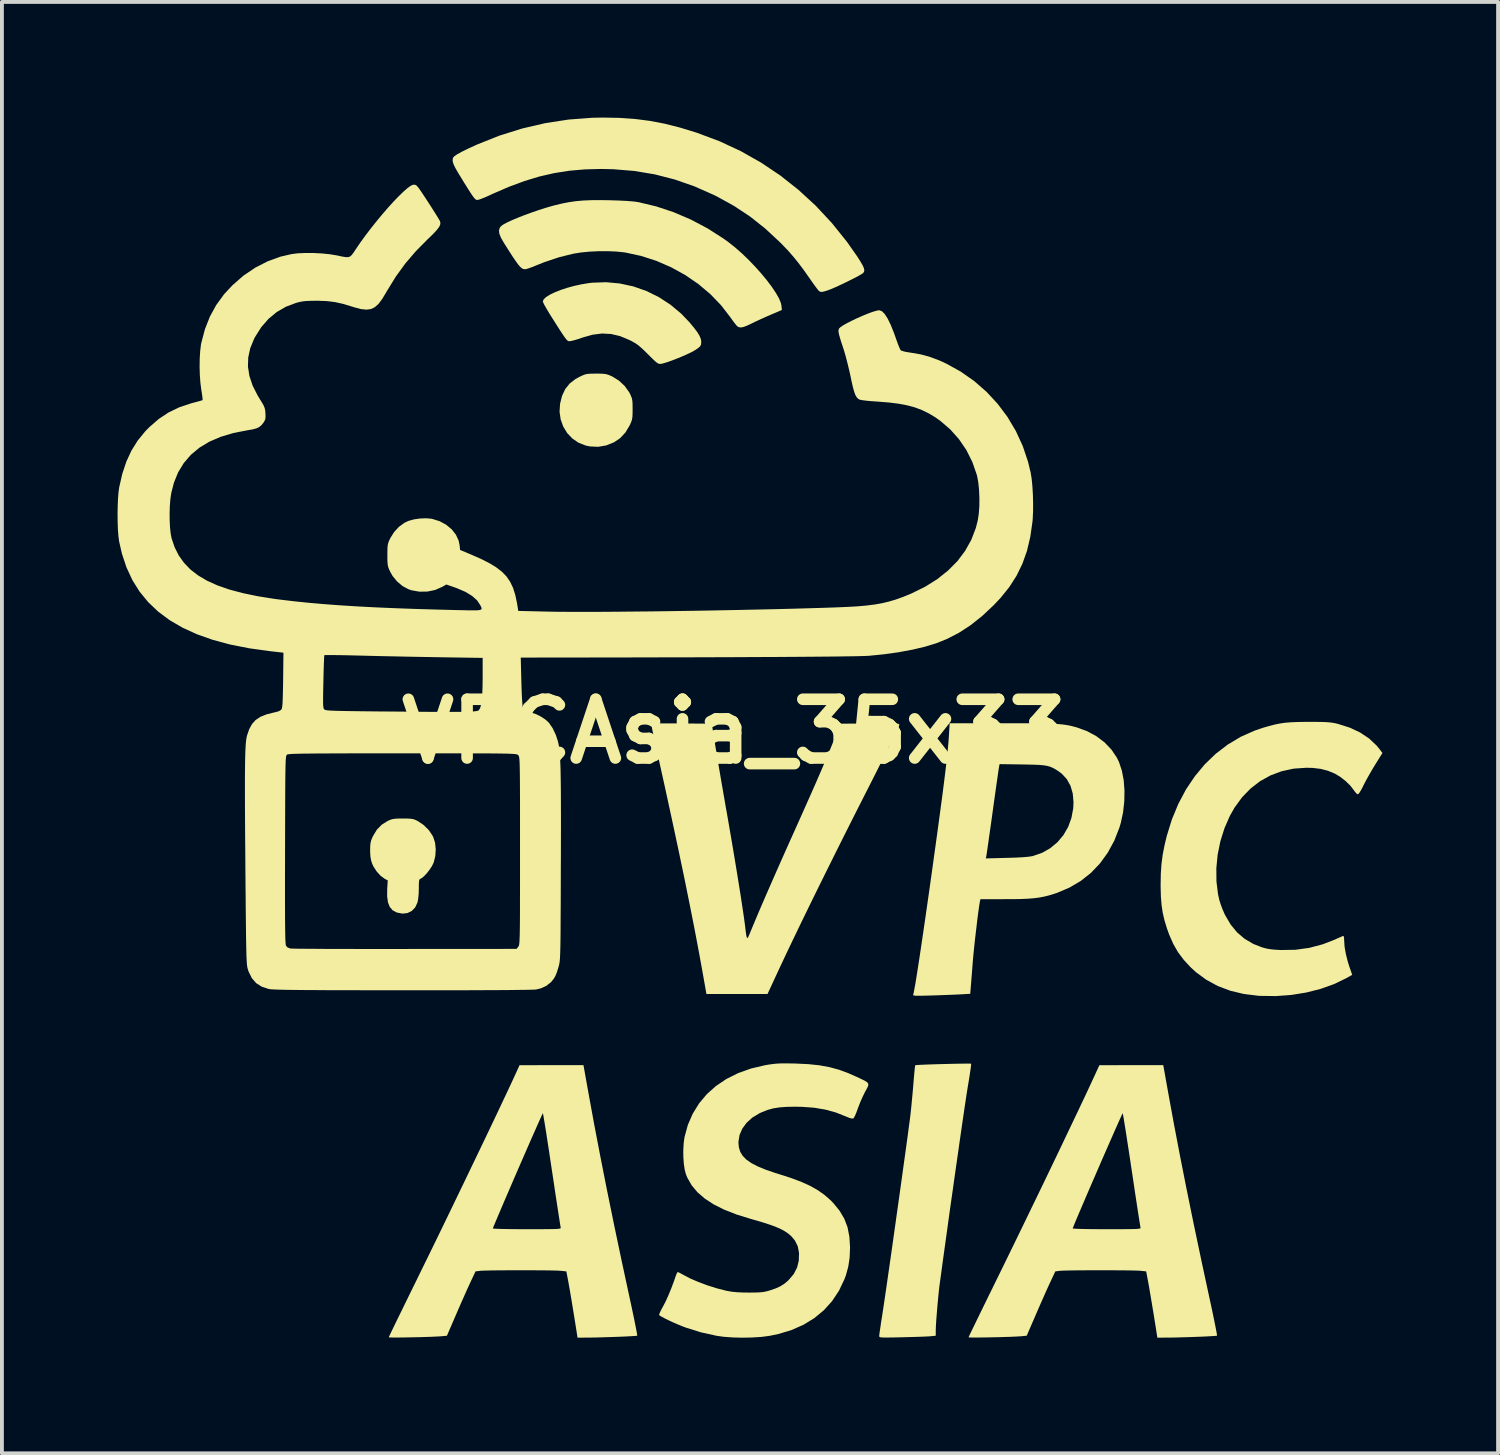
<source format=kicad_pcb>
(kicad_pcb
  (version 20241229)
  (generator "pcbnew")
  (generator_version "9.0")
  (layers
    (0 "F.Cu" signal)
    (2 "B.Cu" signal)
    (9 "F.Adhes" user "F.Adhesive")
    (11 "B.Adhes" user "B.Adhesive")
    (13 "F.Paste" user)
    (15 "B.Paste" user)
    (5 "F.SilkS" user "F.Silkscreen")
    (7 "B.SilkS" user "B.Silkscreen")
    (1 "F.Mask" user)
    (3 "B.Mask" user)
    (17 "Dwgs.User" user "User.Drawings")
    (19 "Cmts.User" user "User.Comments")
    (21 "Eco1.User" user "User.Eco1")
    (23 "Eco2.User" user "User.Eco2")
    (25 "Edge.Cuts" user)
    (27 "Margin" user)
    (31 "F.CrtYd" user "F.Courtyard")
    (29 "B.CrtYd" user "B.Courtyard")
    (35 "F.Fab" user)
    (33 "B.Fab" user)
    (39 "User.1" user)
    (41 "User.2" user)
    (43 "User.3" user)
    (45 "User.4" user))
  (footprint "VPCAsia_35x33"
    (layer "F.Cu")
    (at 15.998 15.925)
    (property "Reference" "VPCAsia_35x33" (at 0 0 0) (layer "F.SilkS") (effects (font (size 1.524 1.524) (thickness 0.3))))
    (attr board_only exclude_from_pos_files exclude_from_bom)
    (fp_poly (pts (xy -3.466 -9.282) (xy -3.381 -9.277) (xy -3.315 -9.267) (xy -3.254 -9.247) (xy -3.185 -9.217) (xy -3.163 -9.207) (xy -2.99 -9.1) (xy -2.84 -8.959) (xy -2.723 -8.794) (xy -2.704 -8.757) (xy -2.674 -8.691) (xy -2.654 -8.634) (xy -2.643 -8.57) (xy -2.638 -8.487) (xy -2.637 -8.372) (xy -2.637 -8.36) (xy -2.638 -8.242) (xy -2.642 -8.157) (xy -2.653 -8.091) (xy -2.673 -8.031) (xy -2.703 -7.961) (xy -2.712 -7.942) (xy -2.823 -7.756) (xy -2.962 -7.607) (xy -3.116 -7.503) (xy -3.321 -7.42) (xy -3.532 -7.384) (xy -3.746 -7.394) (xy -3.854 -7.417) (xy -4.04 -7.49) (xy -4.201 -7.6) (xy -4.334 -7.74) (xy -4.436 -7.907) (xy -4.503 -8.093) (xy -4.532 -8.293) (xy -4.519 -8.499) (xy -4.467 -8.707) (xy -4.385 -8.881) (xy -4.27 -9.025) (xy -4.119 -9.142) (xy -4.026 -9.193) (xy -3.945 -9.232) (xy -3.881 -9.258) (xy -3.821 -9.273) (xy -3.75 -9.28) (xy -3.654 -9.282) (xy -3.584 -9.283)) (stroke (width 0) (type solid)) (fill yes) (layer "F.SilkS"))
    (fp_poly (pts (xy -8.479 2.26) (xy -8.395 2.264) (xy -8.332 2.274) (xy -8.279 2.292) (xy -8.22 2.32) (xy -8.21 2.325) (xy -8.057 2.428) (xy -7.923 2.561) (xy -7.823 2.711) (xy -7.809 2.739) (xy -7.762 2.886) (xy -7.744 3.055) (xy -7.755 3.23) (xy -7.795 3.393) (xy -7.802 3.411) (xy -7.844 3.496) (xy -7.905 3.588) (xy -7.975 3.678) (xy -8.046 3.754) (xy -8.109 3.806) (xy -8.137 3.82) (xy -8.158 3.831) (xy -8.171 3.853) (xy -8.179 3.896) (xy -8.182 3.969) (xy -8.183 4.077) (xy -8.187 4.215) (xy -8.199 4.339) (xy -8.216 4.431) (xy -8.218 4.437) (xy -8.277 4.564) (xy -8.365 4.656) (xy -8.477 4.711) (xy -8.608 4.726) (xy -8.751 4.698) (xy -8.762 4.694) (xy -8.863 4.639) (xy -8.936 4.554) (xy -8.983 4.435) (xy -9.005 4.28) (xy -9.003 4.087) (xy -9.003 4.081) (xy -8.989 3.865) (xy -9.073 3.819) (xy -9.175 3.744) (xy -9.273 3.637) (xy -9.355 3.512) (xy -9.393 3.433) (xy -9.422 3.341) (xy -9.439 3.243) (xy -9.446 3.12) (xy -9.446 3.086) (xy -9.444 2.976) (xy -9.436 2.895) (xy -9.419 2.825) (xy -9.388 2.748) (xy -9.374 2.718) (xy -9.272 2.549) (xy -9.143 2.417) (xy -8.987 2.32) (xy -8.923 2.292) (xy -8.864 2.274) (xy -8.796 2.264) (xy -8.706 2.259) (xy -8.597 2.259)) (stroke (width 0) (type solid)) (fill yes) (layer "F.SilkS"))
    (fp_poly (pts (xy -2.968 -11.621) (xy -2.618 -11.545) (xy -2.279 -11.426) (xy -1.956 -11.267) (xy -1.652 -11.069) (xy -1.372 -10.834) (xy -1.163 -10.615) (xy -1.045 -10.473) (xy -0.958 -10.358) (xy -0.9 -10.262) (xy -0.867 -10.181) (xy -0.856 -10.11) (xy -0.857 -10.087) (xy -0.863 -10.036) (xy -0.88 -9.998) (xy -0.917 -9.961) (xy -0.982 -9.914) (xy -1.013 -9.894) (xy -1.092 -9.848) (xy -1.202 -9.795) (xy -1.332 -9.737) (xy -1.471 -9.679) (xy -1.608 -9.626) (xy -1.734 -9.581) (xy -1.836 -9.55) (xy -1.894 -9.537) (xy -1.928 -9.534) (xy -1.959 -9.539) (xy -1.993 -9.556) (xy -2.037 -9.59) (xy -2.098 -9.646) (xy -2.182 -9.728) (xy -2.239 -9.785) (xy -2.346 -9.891) (xy -2.433 -9.97) (xy -2.507 -10.031) (xy -2.582 -10.08) (xy -2.665 -10.127) (xy -2.721 -10.155) (xy -2.961 -10.255) (xy -3.196 -10.311) (xy -3.432 -10.323) (xy -3.676 -10.292) (xy -3.934 -10.219) (xy -3.947 -10.214) (xy -4.049 -10.179) (xy -4.146 -10.15) (xy -4.22 -10.132) (xy -4.238 -10.129) (xy -4.265 -10.125) (xy -4.288 -10.124) (xy -4.309 -10.129) (xy -4.333 -10.145) (xy -4.362 -10.177) (xy -4.4 -10.227) (xy -4.45 -10.301) (xy -4.517 -10.402) (xy -4.602 -10.535) (xy -4.708 -10.702) (xy -4.787 -10.827) (xy -4.856 -10.942) (xy -4.912 -11.039) (xy -4.949 -11.111) (xy -4.966 -11.152) (xy -4.966 -11.156) (xy -4.944 -11.21) (xy -4.881 -11.269) (xy -4.782 -11.331) (xy -4.654 -11.393) (xy -4.502 -11.453) (xy -4.332 -11.509) (xy -4.149 -11.559) (xy -3.96 -11.6) (xy -3.77 -11.631) (xy -3.685 -11.641) (xy -3.325 -11.654)) (stroke (width 0) (type solid)) (fill yes) (layer "F.SilkS"))
    (fp_poly (pts (xy -3.264 -13.781) (xy -3 -13.773) (xy -2.782 -13.762) (xy -2.611 -13.748) (xy -2.486 -13.731) (xy -2.483 -13.73) (xy -2.029 -13.622) (xy -1.574 -13.471) (xy -1.127 -13.28) (xy -0.696 -13.052) (xy -0.287 -12.791) (xy -0.145 -12.689) (xy 0.027 -12.552) (xy 0.203 -12.397) (xy 0.376 -12.23) (xy 0.544 -12.055) (xy 0.703 -11.877) (xy 0.848 -11.701) (xy 0.975 -11.532) (xy 1.08 -11.375) (xy 1.16 -11.235) (xy 1.209 -11.116) (xy 1.224 -11.047) (xy 1.235 -10.934) (xy 0.943 -10.809) (xy 0.81 -10.751) (xy 0.669 -10.687) (xy 0.538 -10.626) (xy 0.444 -10.58) (xy 0.324 -10.524) (xy 0.236 -10.491) (xy 0.17 -10.48) (xy 0.117 -10.489) (xy 0.089 -10.502) (xy 0.06 -10.53) (xy 0.012 -10.589) (xy -0.048 -10.669) (xy -0.1 -10.743) (xy -0.341 -11.055) (xy -0.62 -11.344) (xy -0.932 -11.607) (xy -1.272 -11.84) (xy -1.636 -12.041) (xy -2.018 -12.207) (xy -2.414 -12.335) (xy -2.819 -12.423) (xy -2.87 -12.43) (xy -3.064 -12.45) (xy -3.288 -12.459) (xy -3.527 -12.458) (xy -3.766 -12.446) (xy -3.988 -12.424) (xy -4.173 -12.394) (xy -4.551 -12.3) (xy -4.932 -12.172) (xy -5.122 -12.096) (xy -5.226 -12.053) (xy -5.319 -12.019) (xy -5.389 -11.997) (xy -5.422 -11.991) (xy -5.456 -11.993) (xy -5.489 -12.003) (xy -5.523 -12.025) (xy -5.562 -12.062) (xy -5.609 -12.118) (xy -5.667 -12.198) (xy -5.74 -12.305) (xy -5.83 -12.444) (xy -5.94 -12.618) (xy -5.976 -12.674) (xy -6.052 -12.807) (xy -6.095 -12.914) (xy -6.104 -12.999) (xy -6.081 -13.07) (xy -6.048 -13.11) (xy -5.992 -13.151) (xy -5.897 -13.202) (xy -5.771 -13.261) (xy -5.619 -13.325) (xy -5.45 -13.392) (xy -5.268 -13.458) (xy -5.083 -13.522) (xy -4.9 -13.581) (xy -4.726 -13.631) (xy -4.668 -13.647) (xy -4.473 -13.694) (xy -4.291 -13.73) (xy -4.111 -13.756) (xy -3.923 -13.773) (xy -3.717 -13.782) (xy -3.483 -13.784)) (stroke (width 0) (type solid)) (fill yes) (layer "F.SilkS"))
    (fp_poly (pts (xy -2.977 -15.917) (xy -2.576 -15.889) (xy -2.189 -15.839) (xy -1.805 -15.766) (xy -1.411 -15.666) (xy -0.994 -15.539) (xy -0.954 -15.525) (xy -0.382 -15.311) (xy 0.168 -15.055) (xy 0.693 -14.758) (xy 1.194 -14.423) (xy 1.668 -14.048) (xy 2.115 -13.637) (xy 2.533 -13.188) (xy 2.922 -12.704) (xy 3.181 -12.335) (xy 3.268 -12.2) (xy 3.328 -12.097) (xy 3.363 -12.02) (xy 3.374 -11.962) (xy 3.364 -11.919) (xy 3.34 -11.889) (xy 3.298 -11.861) (xy 3.223 -11.818) (xy 3.121 -11.764) (xy 3.002 -11.704) (xy 2.874 -11.641) (xy 2.746 -11.58) (xy 2.626 -11.525) (xy 2.523 -11.48) (xy 2.445 -11.45) (xy 2.438 -11.447) (xy 2.343 -11.417) (xy 2.281 -11.403) (xy 2.24 -11.404) (xy 2.207 -11.42) (xy 2.195 -11.429) (xy 2.169 -11.458) (xy 2.123 -11.519) (xy 2.061 -11.603) (xy 1.99 -11.704) (xy 1.955 -11.754) (xy 1.803 -11.97) (xy 1.664 -12.155) (xy 1.528 -12.322) (xy 1.387 -12.483) (xy 1.229 -12.647) (xy 1.179 -12.697) (xy 0.802 -13.047) (xy 0.411 -13.357) (xy -0.003 -13.631) (xy -0.449 -13.878) (xy -0.532 -13.919) (xy -1.037 -14.142) (xy -1.546 -14.319) (xy -2.063 -14.452) (xy -2.592 -14.54) (xy -3.138 -14.585) (xy -3.453 -14.592) (xy -3.876 -14.581) (xy -4.277 -14.546) (xy -4.666 -14.485) (xy -5.052 -14.397) (xy -5.441 -14.279) (xy -5.843 -14.13) (xy -6.266 -13.947) (xy -6.347 -13.909) (xy -6.453 -13.861) (xy -6.548 -13.823) (xy -6.621 -13.797) (xy -6.661 -13.788) (xy -6.683 -13.79) (xy -6.704 -13.798) (xy -6.728 -13.818) (xy -6.758 -13.853) (xy -6.798 -13.908) (xy -6.85 -13.987) (xy -6.919 -14.095) (xy -7.007 -14.236) (xy -7.073 -14.344) (xy -7.163 -14.491) (xy -7.229 -14.606) (xy -7.273 -14.694) (xy -7.298 -14.762) (xy -7.306 -14.816) (xy -7.301 -14.862) (xy -7.293 -14.886) (xy -7.26 -14.923) (xy -7.183 -14.975) (xy -7.063 -15.041) (xy -6.902 -15.12) (xy -6.701 -15.212) (xy -6.664 -15.229) (xy -6.088 -15.458) (xy -5.499 -15.642) (xy -4.9 -15.781) (xy -4.293 -15.874) (xy -3.68 -15.92) (xy -3.406 -15.925)) (stroke (width 0) (type solid)) (fill yes) (layer "F.SilkS"))
    (fp_poly (pts (xy 6.1 8.617) (xy 6.141 8.619) (xy 6.145 8.62) (xy 6.145 8.646) (xy 6.137 8.712) (xy 6.123 8.812) (xy 6.104 8.939) (xy 6.08 9.087) (xy 6.058 9.218) (xy 6.043 9.31) (xy 6.022 9.445) (xy 5.996 9.618) (xy 5.965 9.826) (xy 5.93 10.065) (xy 5.892 10.329) (xy 5.85 10.616) (xy 5.807 10.921) (xy 5.761 11.24) (xy 5.714 11.569) (xy 5.667 11.904) (xy 5.619 12.24) (xy 5.572 12.574) (xy 5.527 12.901) (xy 5.483 13.218) (xy 5.441 13.519) (xy 5.402 13.802) (xy 5.367 14.062) (xy 5.335 14.295) (xy 5.322 14.391) (xy 5.309 14.502) (xy 5.295 14.641) (xy 5.28 14.798) (xy 5.265 14.964) (xy 5.252 15.128) (xy 5.24 15.281) (xy 5.232 15.411) (xy 5.228 15.509) (xy 5.227 15.542) (xy 5.227 15.676) (xy 5.102 15.689) (xy 5.045 15.693) (xy 4.948 15.698) (xy 4.819 15.703) (xy 4.668 15.708) (xy 4.501 15.712) (xy 4.369 15.716) (xy 4.184 15.72) (xy 4.041 15.722) (xy 3.934 15.723) (xy 3.859 15.722) (xy 3.809 15.719) (xy 3.78 15.713) (xy 3.765 15.704) (xy 3.761 15.692) (xy 3.76 15.682) (xy 3.764 15.645) (xy 3.774 15.569) (xy 3.79 15.462) (xy 3.809 15.329) (xy 3.833 15.18) (xy 3.844 15.107) (xy 3.861 14.996) (xy 3.884 14.846) (xy 3.911 14.66) (xy 3.943 14.442) (xy 3.978 14.198) (xy 4.017 13.93) (xy 4.058 13.643) (xy 4.101 13.341) (xy 4.145 13.028) (xy 4.19 12.709) (xy 4.235 12.388) (xy 4.28 12.069) (xy 4.324 11.755) (xy 4.366 11.452) (xy 4.406 11.162) (xy 4.444 10.892) (xy 4.478 10.644) (xy 4.508 10.422) (xy 4.533 10.232) (xy 4.554 10.077) (xy 4.569 9.96) (xy 4.576 9.897) (xy 4.59 9.769) (xy 4.605 9.609) (xy 4.622 9.432) (xy 4.638 9.254) (xy 4.648 9.13) (xy 4.66 8.987) (xy 4.671 8.862) (xy 4.681 8.76) (xy 4.689 8.691) (xy 4.695 8.66) (xy 4.695 8.659) (xy 4.721 8.655) (xy 4.787 8.651) (xy 4.886 8.646) (xy 5.011 8.641) (xy 5.156 8.636) (xy 5.312 8.631) (xy 5.472 8.627) (xy 5.631 8.623) (xy 5.78 8.62) (xy 5.912 8.618) (xy 6.021 8.617)) (stroke (width 0) (type solid)) (fill yes) (layer "F.SilkS"))
    (fp_poly (pts (xy 4.026 -0.21) (xy 4.122 -0.209) (xy 4.191 -0.206) (xy 4.236 -0.201) (xy 4.263 -0.195) (xy 4.276 -0.186) (xy 4.28 -0.175) (xy 4.281 -0.166) (xy 4.27 -0.137) (xy 4.24 -0.07) (xy 4.191 0.032) (xy 4.125 0.167) (xy 4.045 0.331) (xy 3.951 0.521) (xy 3.845 0.733) (xy 3.729 0.965) (xy 3.604 1.213) (xy 3.472 1.474) (xy 3.415 1.585) (xy 3.156 2.096) (xy 2.9 2.604) (xy 2.649 3.106) (xy 2.405 3.597) (xy 2.17 4.072) (xy 1.946 4.529) (xy 1.735 4.962) (xy 1.54 5.368) (xy 1.361 5.742) (xy 1.202 6.08) (xy 1.145 6.202) (xy 0.863 6.811) (xy 0.071 6.811) (xy -0.722 6.811) (xy -0.813 6.297) (xy -0.914 5.739) (xy -1.028 5.137) (xy -1.156 4.489) (xy -1.296 3.797) (xy -1.45 3.061) (xy -1.617 2.281) (xy -1.796 1.458) (xy -1.929 0.856) (xy -1.976 0.645) (xy -2.02 0.447) (xy -2.059 0.268) (xy -2.093 0.112) (xy -2.12 -0.016) (xy -2.139 -0.11) (xy -2.15 -0.166) (xy -2.152 -0.179) (xy -2.147 -0.188) (xy -2.128 -0.196) (xy -2.09 -0.202) (xy -2.03 -0.206) (xy -1.943 -0.208) (xy -1.824 -0.209) (xy -1.669 -0.209) (xy -1.473 -0.208) (xy -1.368 -0.207) (xy -0.583 -0.201) (xy -0.506 0.284) (xy -0.487 0.4) (xy -0.461 0.556) (xy -0.429 0.747) (xy -0.392 0.965) (xy -0.351 1.205) (xy -0.307 1.46) (xy -0.261 1.724) (xy -0.215 1.991) (xy -0.19 2.128) (xy -0.121 2.525) (xy -0.055 2.911) (xy 0.007 3.281) (xy 0.065 3.632) (xy 0.118 3.96) (xy 0.166 4.26) (xy 0.207 4.529) (xy 0.242 4.762) (xy 0.269 4.956) (xy 0.284 5.073) (xy 0.3 5.208) (xy 0.314 5.3) (xy 0.327 5.349) (xy 0.342 5.36) (xy 0.362 5.334) (xy 0.389 5.274) (xy 0.418 5.203) (xy 0.547 4.893) (xy 0.694 4.547) (xy 0.86 4.164) (xy 1.045 3.742) (xy 1.249 3.28) (xy 1.474 2.776) (xy 1.484 2.755) (xy 1.638 2.411) (xy 1.775 2.105) (xy 1.896 1.833) (xy 2.004 1.591) (xy 2.1 1.373) (xy 2.186 1.175) (xy 2.265 0.993) (xy 2.338 0.821) (xy 2.408 0.656) (xy 2.476 0.493) (xy 2.544 0.327) (xy 2.566 0.272) (xy 2.76 -0.201) (xy 3.52 -0.207) (xy 3.73 -0.209) (xy 3.897 -0.21)) (stroke (width 0) (type solid)) (fill yes) (layer "F.SilkS"))
    (fp_poly (pts (xy 15.092 -0.248) (xy 15.235 -0.246) (xy 15.346 -0.242) (xy 15.435 -0.236) (xy 15.51 -0.227) (xy 15.58 -0.215) (xy 15.651 -0.198) (xy 15.663 -0.195) (xy 15.969 -0.098) (xy 16.237 0.028) (xy 16.469 0.183) (xy 16.665 0.367) (xy 16.752 0.475) (xy 16.815 0.559) (xy 16.624 0.865) (xy 16.545 0.996) (xy 16.464 1.137) (xy 16.389 1.272) (xy 16.33 1.385) (xy 16.323 1.401) (xy 16.269 1.506) (xy 16.223 1.583) (xy 16.189 1.625) (xy 16.177 1.631) (xy 16.145 1.613) (xy 16.102 1.565) (xy 16.075 1.527) (xy 15.981 1.405) (xy 15.856 1.284) (xy 15.716 1.175) (xy 15.578 1.093) (xy 15.397 1.019) (xy 15.211 0.971) (xy 15.007 0.946) (xy 14.84 0.942) (xy 14.512 0.965) (xy 14.201 1.032) (xy 13.91 1.141) (xy 13.64 1.291) (xy 13.394 1.481) (xy 13.173 1.709) (xy 12.979 1.975) (xy 12.857 2.19) (xy 12.717 2.51) (xy 12.611 2.848) (xy 12.54 3.196) (xy 12.506 3.547) (xy 12.509 3.892) (xy 12.55 4.223) (xy 12.581 4.364) (xy 12.615 4.474) (xy 12.662 4.603) (xy 12.716 4.728) (xy 12.734 4.765) (xy 12.877 5.009) (xy 13.045 5.214) (xy 13.242 5.381) (xy 13.467 5.513) (xy 13.681 5.597) (xy 13.781 5.626) (xy 13.88 5.646) (xy 13.992 5.659) (xy 14.133 5.668) (xy 14.182 5.67) (xy 14.558 5.664) (xy 14.918 5.614) (xy 15.268 5.521) (xy 15.54 5.416) (xy 15.636 5.374) (xy 15.718 5.338) (xy 15.774 5.313) (xy 15.792 5.305) (xy 15.81 5.312) (xy 15.819 5.354) (xy 15.822 5.423) (xy 15.833 5.587) (xy 15.867 5.778) (xy 15.918 5.98) (xy 15.96 6.112) (xy 16.031 6.314) (xy 15.875 6.402) (xy 15.558 6.555) (xy 15.21 6.679) (xy 14.838 6.773) (xy 14.45 6.836) (xy 14.051 6.865) (xy 13.651 6.86) (xy 13.595 6.857) (xy 13.216 6.81) (xy 12.866 6.726) (xy 12.543 6.604) (xy 12.247 6.443) (xy 11.976 6.244) (xy 11.835 6.114) (xy 11.658 5.922) (xy 11.511 5.725) (xy 11.388 5.51) (xy 11.281 5.267) (xy 11.222 5.101) (xy 11.161 4.901) (xy 11.116 4.708) (xy 11.086 4.508) (xy 11.068 4.29) (xy 11.061 4.041) (xy 11.061 3.961) (xy 11.066 3.685) (xy 11.083 3.437) (xy 11.114 3.2) (xy 11.161 2.957) (xy 11.221 2.708) (xy 11.354 2.279) (xy 11.521 1.877) (xy 11.719 1.504) (xy 11.949 1.162) (xy 12.207 0.852) (xy 12.492 0.578) (xy 12.804 0.339) (xy 13.139 0.139) (xy 13.497 -0.02) (xy 13.705 -0.092) (xy 13.871 -0.14) (xy 14.018 -0.178) (xy 14.155 -0.206) (xy 14.293 -0.226) (xy 14.442 -0.238) (xy 14.614 -0.245) (xy 14.818 -0.248) (xy 14.911 -0.248)) (stroke (width 0) (type solid)) (fill yes) (layer "F.SilkS"))
    (fp_poly (pts (xy 7.277 -0.213) (xy 7.546 -0.212) (xy 7.777 -0.211) (xy 7.973 -0.208) (xy 8.139 -0.204) (xy 8.279 -0.199) (xy 8.398 -0.192) (xy 8.499 -0.183) (xy 8.588 -0.172) (xy 8.669 -0.158) (xy 8.745 -0.142) (xy 8.822 -0.122) (xy 8.892 -0.102) (xy 9.155 -0.006) (xy 9.395 0.124) (xy 9.606 0.284) (xy 9.784 0.47) (xy 9.925 0.679) (xy 9.982 0.797) (xy 10.055 1.016) (xy 10.103 1.265) (xy 10.123 1.534) (xy 10.118 1.814) (xy 10.087 2.096) (xy 10.029 2.368) (xy 9.992 2.493) (xy 9.858 2.835) (xy 9.689 3.145) (xy 9.487 3.424) (xy 9.253 3.669) (xy 8.988 3.879) (xy 8.694 4.052) (xy 8.371 4.189) (xy 8.307 4.21) (xy 8.173 4.251) (xy 8.046 4.283) (xy 7.916 4.308) (xy 7.778 4.326) (xy 7.622 4.339) (xy 7.44 4.347) (xy 7.226 4.351) (xy 7.019 4.351) (xy 6.386 4.352) (xy 6.374 4.405) (xy 6.362 4.472) (xy 6.346 4.578) (xy 6.327 4.716) (xy 6.306 4.879) (xy 6.285 5.058) (xy 6.263 5.245) (xy 6.241 5.434) (xy 6.222 5.616) (xy 6.205 5.784) (xy 6.191 5.931) (xy 6.186 5.995) (xy 6.174 6.153) (xy 6.162 6.307) (xy 6.151 6.446) (xy 6.142 6.56) (xy 6.135 6.637) (xy 6.122 6.806) (xy 5.881 6.82) (xy 5.781 6.825) (xy 5.646 6.831) (xy 5.488 6.837) (xy 5.318 6.843) (xy 5.148 6.849) (xy 5.134 6.849) (xy 4.966 6.854) (xy 4.84 6.857) (xy 4.75 6.857) (xy 4.69 6.855) (xy 4.656 6.849) (xy 4.642 6.841) (xy 4.642 6.829) (xy 4.642 6.829) (xy 4.654 6.781) (xy 4.672 6.689) (xy 4.697 6.552) (xy 4.726 6.375) (xy 4.76 6.157) (xy 4.8 5.901) (xy 4.844 5.609) (xy 4.892 5.282) (xy 4.945 4.922) (xy 5.001 4.532) (xy 5.061 4.112) (xy 5.124 3.664) (xy 5.156 3.436) (xy 5.175 3.294) (xy 6.525 3.294) (xy 7.064 3.28) (xy 7.293 3.273) (xy 7.476 3.264) (xy 7.618 3.252) (xy 7.721 3.237) (xy 7.751 3.23) (xy 7.988 3.148) (xy 8.2 3.027) (xy 8.385 2.873) (xy 8.54 2.688) (xy 8.662 2.477) (xy 8.747 2.244) (xy 8.794 1.992) (xy 8.801 1.833) (xy 8.781 1.609) (xy 8.723 1.411) (xy 8.628 1.239) (xy 8.498 1.097) (xy 8.416 1.036) (xy 8.339 0.986) (xy 8.269 0.947) (xy 8.2 0.917) (xy 8.124 0.895) (xy 8.035 0.88) (xy 7.924 0.869) (xy 7.785 0.863) (xy 7.611 0.859) (xy 7.468 0.856) (xy 6.884 0.848) (xy 6.871 0.903) (xy 6.866 0.937) (xy 6.854 1.013) (xy 6.838 1.126) (xy 6.817 1.272) (xy 6.792 1.444) (xy 6.765 1.64) (xy 6.735 1.853) (xy 6.705 2.069) (xy 6.674 2.295) (xy 6.644 2.508) (xy 6.616 2.702) (xy 6.592 2.874) (xy 6.571 3.019) (xy 6.555 3.131) (xy 6.543 3.205) (xy 6.538 3.237) (xy 6.525 3.294) (xy 5.175 3.294) (xy 5.218 2.988) (xy 5.274 2.583) (xy 5.323 2.22) (xy 5.367 1.893) (xy 5.406 1.602) (xy 5.439 1.341) (xy 5.468 1.109) (xy 5.493 0.902) (xy 5.514 0.717) (xy 5.532 0.55) (xy 5.546 0.4) (xy 5.558 0.262) (xy 5.567 0.134) (xy 5.572 0.053) (xy 5.588 -0.213) (xy 6.965 -0.213)) (stroke (width 0) (type solid)) (fill yes) (layer "F.SilkS"))
    (fp_poly (pts (xy -3.786 9.359) (xy -3.64 10.158) (xy -3.481 10.991) (xy -3.309 11.862) (xy -3.123 12.773) (xy -2.923 13.724) (xy -2.732 14.612) (xy -2.685 14.828) (xy -2.642 15.029) (xy -2.604 15.211) (xy -2.572 15.37) (xy -2.546 15.5) (xy -2.528 15.597) (xy -2.518 15.657) (xy -2.517 15.674) (xy -2.544 15.679) (xy -2.611 15.684) (xy -2.711 15.69) (xy -2.838 15.697) (xy -2.985 15.703) (xy -3.144 15.709) (xy -3.309 15.714) (xy -3.474 15.719) (xy -3.63 15.723) (xy -3.771 15.725) (xy -3.824 15.725) (xy -4.066 15.727) (xy -4.077 15.65) (xy -4.105 15.477) (xy -4.135 15.287) (xy -4.167 15.089) (xy -4.199 14.892) (xy -4.23 14.704) (xy -4.259 14.535) (xy -4.284 14.392) (xy -4.303 14.284) (xy -4.307 14.262) (xy -4.356 14.007) (xy -4.499 13.992) (xy -4.56 13.988) (xy -4.661 13.985) (xy -4.796 13.982) (xy -4.957 13.98) (xy -5.139 13.979) (xy -5.333 13.978) (xy -5.535 13.978) (xy -5.737 13.978) (xy -5.933 13.979) (xy -6.115 13.98) (xy -6.278 13.982) (xy -6.415 13.985) (xy -6.519 13.988) (xy -6.583 13.991) (xy -6.59 13.992) (xy -6.712 14.007) (xy -6.841 14.282) (xy -6.888 14.383) (xy -6.949 14.518) (xy -7.019 14.676) (xy -7.095 14.847) (xy -7.171 15.021) (xy -7.212 15.116) (xy -7.454 15.676) (xy -7.588 15.689) (xy -7.659 15.694) (xy -7.761 15.699) (xy -7.888 15.705) (xy -8.032 15.709) (xy -8.187 15.714) (xy -8.345 15.717) (xy -8.499 15.72) (xy -8.641 15.722) (xy -8.766 15.723) (xy -8.866 15.723) (xy -8.934 15.721) (xy -8.963 15.718) (xy -8.963 15.718) (xy -8.953 15.694) (xy -8.924 15.632) (xy -8.877 15.535) (xy -8.815 15.406) (xy -8.739 15.249) (xy -8.65 15.068) (xy -8.551 14.866) (xy -8.444 14.646) (xy -8.33 14.414) (xy -8.298 14.349) (xy -8.123 13.991) (xy -7.94 13.618) (xy -7.752 13.233) (xy -7.587 12.893) (xy -6.263 12.893) (xy -6.242 12.897) (xy -6.179 12.901) (xy -6.079 12.905) (xy -5.947 12.908) (xy -5.787 12.911) (xy -5.606 12.912) (xy -5.409 12.913) (xy -5.381 12.913) (xy -5.152 12.913) (xy -4.966 12.912) (xy -4.819 12.911) (xy -4.706 12.909) (xy -4.623 12.907) (xy -4.565 12.903) (xy -4.528 12.897) (xy -4.509 12.891) (xy -4.502 12.882) (xy -4.502 12.871) (xy -4.508 12.841) (xy -4.52 12.768) (xy -4.537 12.657) (xy -4.56 12.511) (xy -4.587 12.335) (xy -4.618 12.133) (xy -4.652 11.909) (xy -4.688 11.666) (xy -4.727 11.41) (xy -4.732 11.376) (xy -4.771 11.119) (xy -4.807 10.876) (xy -4.842 10.651) (xy -4.873 10.448) (xy -4.901 10.272) (xy -4.925 10.125) (xy -4.944 10.012) (xy -4.957 9.937) (xy -4.964 9.905) (xy -4.964 9.904) (xy -4.975 9.923) (xy -5.003 9.982) (xy -5.045 10.075) (xy -5.101 10.199) (xy -5.167 10.35) (xy -5.244 10.523) (xy -5.328 10.714) (xy -5.417 10.919) (xy -5.511 11.134) (xy -5.607 11.354) (xy -5.703 11.576) (xy -5.797 11.794) (xy -5.888 12.005) (xy -5.974 12.205) (xy -6.052 12.389) (xy -6.122 12.553) (xy -6.181 12.693) (xy -6.228 12.805) (xy -6.26 12.883) (xy -6.263 12.893) (xy -7.587 12.893) (xy -7.561 12.84) (xy -7.369 12.443) (xy -7.177 12.045) (xy -6.987 11.651) (xy -6.801 11.264) (xy -6.621 10.889) (xy -6.448 10.528) (xy -6.285 10.186) (xy -6.133 9.867) (xy -5.995 9.573) (xy -5.871 9.311) (xy -5.764 9.082) (xy -5.676 8.89) (xy -5.658 8.852) (xy -5.57 8.658) (xy -3.912 8.656)) (stroke (width 0) (type solid)) (fill yes) (layer "F.SilkS"))
    (fp_poly (pts (xy 11.255 9.359) (xy 11.401 10.158) (xy 11.56 10.991) (xy 11.732 11.862) (xy 11.918 12.773) (xy 12.118 13.724) (xy 12.309 14.612) (xy 12.356 14.828) (xy 12.399 15.029) (xy 12.437 15.211) (xy 12.469 15.37) (xy 12.495 15.5) (xy 12.513 15.597) (xy 12.523 15.657) (xy 12.524 15.674) (xy 12.498 15.679) (xy 12.431 15.684) (xy 12.33 15.69) (xy 12.203 15.697) (xy 12.057 15.703) (xy 11.897 15.709) (xy 11.732 15.714) (xy 11.568 15.719) (xy 11.412 15.723) (xy 11.27 15.725) (xy 11.217 15.725) (xy 10.976 15.727) (xy 10.964 15.65) (xy 10.937 15.477) (xy 10.907 15.287) (xy 10.875 15.089) (xy 10.842 14.892) (xy 10.811 14.704) (xy 10.782 14.535) (xy 10.758 14.392) (xy 10.738 14.284) (xy 10.734 14.262) (xy 10.686 14.007) (xy 10.542 13.992) (xy 10.481 13.988) (xy 10.38 13.985) (xy 10.245 13.982) (xy 10.084 13.98) (xy 9.903 13.979) (xy 9.708 13.978) (xy 9.506 13.978) (xy 9.304 13.978) (xy 9.109 13.979) (xy 8.926 13.98) (xy 8.763 13.982) (xy 8.626 13.985) (xy 8.522 13.988) (xy 8.458 13.991) (xy 8.451 13.992) (xy 8.329 14.007) (xy 8.2 14.282) (xy 8.153 14.383) (xy 8.092 14.518) (xy 8.022 14.676) (xy 7.946 14.847) (xy 7.87 15.021) (xy 7.829 15.116) (xy 7.587 15.676) (xy 7.453 15.689) (xy 7.382 15.694) (xy 7.28 15.699) (xy 7.153 15.705) (xy 7.009 15.709) (xy 6.854 15.714) (xy 6.697 15.717) (xy 6.543 15.72) (xy 6.4 15.722) (xy 6.275 15.723) (xy 6.175 15.723) (xy 6.107 15.721) (xy 6.079 15.718) (xy 6.078 15.718) (xy 6.088 15.694) (xy 6.117 15.632) (xy 6.164 15.535) (xy 6.227 15.406) (xy 6.303 15.249) (xy 6.391 15.068) (xy 6.49 14.866) (xy 6.597 14.646) (xy 6.712 14.414) (xy 6.743 14.349) (xy 6.919 13.991) (xy 7.101 13.618) (xy 7.289 13.233) (xy 7.454 12.893) (xy 8.778 12.893) (xy 8.799 12.897) (xy 8.862 12.901) (xy 8.962 12.905) (xy 9.095 12.908) (xy 9.254 12.911) (xy 9.435 12.912) (xy 9.633 12.913) (xy 9.661 12.913) (xy 9.889 12.913) (xy 10.075 12.912) (xy 10.223 12.911) (xy 10.336 12.909) (xy 10.419 12.907) (xy 10.476 12.903) (xy 10.513 12.897) (xy 10.533 12.891) (xy 10.54 12.882) (xy 10.539 12.871) (xy 10.533 12.841) (xy 10.522 12.768) (xy 10.504 12.657) (xy 10.481 12.511) (xy 10.454 12.335) (xy 10.423 12.133) (xy 10.389 11.909) (xy 10.353 11.666) (xy 10.315 11.41) (xy 10.309 11.376) (xy 10.271 11.119) (xy 10.234 10.876) (xy 10.199 10.651) (xy 10.168 10.448) (xy 10.14 10.272) (xy 10.116 10.125) (xy 10.098 10.012) (xy 10.084 9.937) (xy 10.077 9.905) (xy 10.077 9.904) (xy 10.066 9.923) (xy 10.039 9.982) (xy 9.996 10.075) (xy 9.941 10.199) (xy 9.874 10.35) (xy 9.798 10.523) (xy 9.714 10.714) (xy 9.624 10.919) (xy 9.53 11.134) (xy 9.435 11.354) (xy 9.339 11.576) (xy 9.244 11.794) (xy 9.153 12.005) (xy 9.068 12.205) (xy 8.989 12.389) (xy 8.919 12.553) (xy 8.86 12.693) (xy 8.814 12.805) (xy 8.782 12.883) (xy 8.778 12.893) (xy 7.454 12.893) (xy 7.48 12.84) (xy 7.672 12.443) (xy 7.865 12.045) (xy 8.055 11.651) (xy 8.241 11.264) (xy 8.421 10.889) (xy 8.593 10.528) (xy 8.756 10.186) (xy 8.908 9.867) (xy 9.047 9.573) (xy 9.171 9.311) (xy 9.277 9.082) (xy 9.366 8.89) (xy 9.383 8.852) (xy 9.472 8.658) (xy 10.301 8.657) (xy 11.129 8.656)) (stroke (width 0) (type solid)) (fill yes) (layer "F.SilkS"))
    (fp_poly (pts (xy 1.535 8.614) (xy 1.608 8.616) (xy 1.926 8.631) (xy 2.209 8.661) (xy 2.469 8.708) (xy 2.715 8.775) (xy 2.959 8.865) (xy 3.181 8.963) (xy 3.308 9.023) (xy 3.397 9.068) (xy 3.452 9.105) (xy 3.477 9.142) (xy 3.476 9.185) (xy 3.453 9.241) (xy 3.411 9.318) (xy 3.393 9.35) (xy 3.333 9.472) (xy 3.27 9.614) (xy 3.217 9.75) (xy 3.204 9.786) (xy 3.168 9.885) (xy 3.133 9.967) (xy 3.104 10.022) (xy 3.091 10.038) (xy 3.052 10.043) (xy 2.986 10.025) (xy 2.893 9.987) (xy 2.633 9.884) (xy 2.362 9.81) (xy 2.071 9.761) (xy 1.751 9.738) (xy 1.561 9.735) (xy 1.344 9.74) (xy 1.162 9.754) (xy 1.004 9.78) (xy 0.86 9.82) (xy 0.717 9.877) (xy 0.646 9.91) (xy 0.467 10.019) (xy 0.32 10.152) (xy 0.209 10.303) (xy 0.137 10.469) (xy 0.109 10.644) (xy 0.108 10.663) (xy 0.12 10.791) (xy 0.156 10.907) (xy 0.22 11.011) (xy 0.315 11.108) (xy 0.444 11.198) (xy 0.609 11.284) (xy 0.815 11.369) (xy 1.063 11.454) (xy 1.19 11.493) (xy 1.489 11.59) (xy 1.747 11.688) (xy 1.97 11.789) (xy 2.164 11.899) (xy 2.335 12.019) (xy 2.489 12.153) (xy 2.572 12.237) (xy 2.733 12.435) (xy 2.855 12.642) (xy 2.939 12.864) (xy 2.987 13.11) (xy 3.004 13.385) (xy 3.004 13.391) (xy 2.993 13.65) (xy 2.958 13.884) (xy 2.897 14.106) (xy 2.858 14.211) (xy 2.716 14.51) (xy 2.538 14.778) (xy 2.325 15.014) (xy 2.079 15.218) (xy 1.799 15.39) (xy 1.488 15.528) (xy 1.145 15.632) (xy 0.911 15.68) (xy 0.703 15.707) (xy 0.465 15.722) (xy 0.214 15.727) (xy -0.036 15.721) (xy -0.269 15.704) (xy -0.453 15.679) (xy -0.87 15.587) (xy -1.269 15.461) (xy -1.358 15.427) (xy -1.474 15.379) (xy -1.594 15.327) (xy -1.709 15.273) (xy -1.81 15.223) (xy -1.89 15.18) (xy -1.938 15.15) (xy -1.949 15.14) (xy -1.944 15.111) (xy -1.919 15.052) (xy -1.879 14.974) (xy -1.856 14.932) (xy -1.784 14.795) (xy -1.707 14.625) (xy -1.63 14.438) (xy -1.559 14.247) (xy -1.526 14.149) (xy -1.501 14.08) (xy -1.477 14.035) (xy -1.465 14.024) (xy -1.435 14.036) (xy -1.379 14.065) (xy -1.327 14.094) (xy -1.146 14.189) (xy -0.931 14.282) (xy -0.695 14.37) (xy -0.451 14.447) (xy -0.212 14.508) (xy -0.189 14.513) (xy -0.068 14.534) (xy 0.068 14.548) (xy 0.231 14.555) (xy 0.378 14.557) (xy 0.527 14.556) (xy 0.64 14.552) (xy 0.728 14.545) (xy 0.802 14.533) (xy 0.874 14.515) (xy 0.922 14.501) (xy 1.071 14.45) (xy 1.187 14.398) (xy 1.286 14.337) (xy 1.381 14.26) (xy 1.411 14.231) (xy 1.543 14.077) (xy 1.631 13.905) (xy 1.674 13.729) (xy 1.681 13.532) (xy 1.648 13.358) (xy 1.574 13.207) (xy 1.482 13.097) (xy 1.405 13.03) (xy 1.317 12.969) (xy 1.211 12.911) (xy 1.084 12.855) (xy 0.928 12.797) (xy 0.739 12.736) (xy 0.51 12.669) (xy 0.42 12.643) (xy 0.059 12.531) (xy -0.258 12.407) (xy -0.531 12.271) (xy -0.761 12.121) (xy -0.952 11.957) (xy -1.102 11.778) (xy -1.215 11.582) (xy -1.256 11.482) (xy -1.287 11.361) (xy -1.309 11.208) (xy -1.321 11.034) (xy -1.322 10.854) (xy -1.312 10.681) (xy -1.291 10.528) (xy -1.29 10.521) (xy -1.203 10.205) (xy -1.076 9.914) (xy -0.911 9.647) (xy -0.709 9.407) (xy -0.472 9.196) (xy -0.201 9.014) (xy 0.102 8.863) (xy 0.436 8.744) (xy 0.798 8.659) (xy 0.832 8.653) (xy 0.942 8.635) (xy 1.04 8.623) (xy 1.137 8.615) (xy 1.245 8.611) (xy 1.374 8.611)) (stroke (width 0) (type solid)) (fill yes) (layer "F.SilkS"))
    (fp_poly (pts (xy -8.248 -14.166) (xy -8.203 -14.119) (xy -8.172 -14.076) (xy -8.12 -14.002) (xy -8.055 -13.904) (xy -7.98 -13.79) (xy -7.901 -13.669) (xy -7.824 -13.548) (xy -7.754 -13.437) (xy -7.695 -13.342) (xy -7.654 -13.273) (xy -7.64 -13.249) (xy -7.624 -13.201) (xy -7.628 -13.149) (xy -7.655 -13.09) (xy -7.709 -13.017) (xy -7.792 -12.926) (xy -7.907 -12.812) (xy -7.946 -12.776) (xy -8.259 -12.46) (xy -8.534 -12.139) (xy -8.78 -11.799) (xy -9.008 -11.429) (xy -9.032 -11.387) (xy -9.133 -11.219) (xy -9.227 -11.093) (xy -9.323 -11.007) (xy -9.425 -10.957) (xy -9.543 -10.942) (xy -9.683 -10.957) (xy -9.851 -11.001) (xy -9.934 -11.027) (xy -10.157 -11.094) (xy -10.362 -11.139) (xy -10.569 -11.164) (xy -10.799 -11.173) (xy -10.843 -11.173) (xy -10.993 -11.171) (xy -11.11 -11.166) (xy -11.205 -11.155) (xy -11.293 -11.137) (xy -11.363 -11.119) (xy -11.627 -11.02) (xy -11.868 -10.881) (xy -12.083 -10.703) (xy -12.271 -10.487) (xy -12.431 -10.234) (xy -12.459 -10.18) (xy -12.556 -9.942) (xy -12.608 -9.704) (xy -12.616 -9.465) (xy -12.578 -9.222) (xy -12.495 -8.973) (xy -12.365 -8.716) (xy -12.305 -8.617) (xy -12.243 -8.517) (xy -12.203 -8.444) (xy -12.18 -8.382) (xy -12.167 -8.319) (xy -12.162 -8.254) (xy -12.159 -8.163) (xy -12.166 -8.101) (xy -12.188 -8.05) (xy -12.207 -8.019) (xy -12.262 -7.949) (xy -12.322 -7.898) (xy -12.397 -7.862) (xy -12.498 -7.835) (xy -12.618 -7.815) (xy -12.99 -7.743) (xy -13.323 -7.643) (xy -13.619 -7.516) (xy -13.877 -7.36) (xy -14.097 -7.176) (xy -14.28 -6.963) (xy -14.427 -6.722) (xy -14.537 -6.451) (xy -14.606 -6.181) (xy -14.628 -6.029) (xy -14.642 -5.851) (xy -14.648 -5.66) (xy -14.646 -5.468) (xy -14.637 -5.287) (xy -14.62 -5.13) (xy -14.597 -5.011) (xy -14.518 -4.779) (xy -14.412 -4.567) (xy -14.276 -4.376) (xy -14.11 -4.203) (xy -13.91 -4.048) (xy -13.676 -3.91) (xy -13.406 -3.788) (xy -13.097 -3.681) (xy -12.748 -3.588) (xy -12.357 -3.507) (xy -11.922 -3.438) (xy -11.766 -3.418) (xy -11.414 -3.376) (xy -11.045 -3.338) (xy -10.655 -3.304) (xy -10.241 -3.273) (xy -9.799 -3.245) (xy -9.326 -3.22) (xy -8.819 -3.198) (xy -8.274 -3.178) (xy -7.688 -3.161) (xy -7.231 -3.149) (xy -7.029 -3.145) (xy -6.869 -3.141) (xy -6.748 -3.141) (xy -6.66 -3.143) (xy -6.602 -3.15) (xy -6.568 -3.162) (xy -6.554 -3.18) (xy -6.556 -3.205) (xy -6.57 -3.237) (xy -6.588 -3.275) (xy -6.672 -3.401) (xy -6.8 -3.515) (xy -6.972 -3.62) (xy -7.19 -3.714) (xy -7.253 -3.737) (xy -7.469 -3.812) (xy -7.572 -3.753) (xy -7.757 -3.671) (xy -7.959 -3.629) (xy -8.168 -3.626) (xy -8.373 -3.662) (xy -8.449 -3.688) (xy -8.603 -3.77) (xy -8.745 -3.889) (xy -8.864 -4.034) (xy -8.921 -4.134) (xy -8.954 -4.203) (xy -8.976 -4.26) (xy -8.989 -4.318) (xy -8.996 -4.389) (xy -8.999 -4.485) (xy -8.999 -4.576) (xy -8.998 -4.699) (xy -8.995 -4.786) (xy -8.986 -4.852) (xy -8.971 -4.908) (xy -8.946 -4.967) (xy -8.921 -5.018) (xy -8.824 -5.173) (xy -8.698 -5.309) (xy -8.554 -5.414) (xy -8.451 -5.462) (xy -8.312 -5.501) (xy -8.152 -5.524) (xy -7.99 -5.53) (xy -7.848 -5.517) (xy -7.832 -5.513) (xy -7.641 -5.453) (xy -7.473 -5.362) (xy -7.331 -5.244) (xy -7.222 -5.106) (xy -7.15 -4.951) (xy -7.124 -4.822) (xy -7.113 -4.709) (xy -6.85 -4.599) (xy -6.586 -4.483) (xy -6.364 -4.372) (xy -6.18 -4.261) (xy -6.029 -4.145) (xy -5.908 -4.02) (xy -5.813 -3.881) (xy -5.738 -3.723) (xy -5.681 -3.541) (xy -5.636 -3.331) (xy -5.617 -3.213) (xy -5.604 -3.127) (xy -4.854 -3.109) (xy -4.641 -3.105) (xy -4.386 -3.103) (xy -4.091 -3.102) (xy -3.761 -3.102) (xy -3.4 -3.103) (xy -3.012 -3.106) (xy -2.6 -3.11) (xy -2.169 -3.114) (xy -1.723 -3.12) (xy -1.265 -3.127) (xy -0.8 -3.134) (xy -0.333 -3.143) (xy 0.135 -3.152) (xy 0.597 -3.162) (xy 1.05 -3.172) (xy 1.491 -3.183) (xy 1.915 -3.195) (xy 2.318 -3.207) (xy 2.613 -3.217) (xy 2.923 -3.23) (xy 3.193 -3.245) (xy 3.43 -3.266) (xy 3.641 -3.293) (xy 3.832 -3.326) (xy 4.012 -3.369) (xy 4.187 -3.421) (xy 4.364 -3.484) (xy 4.55 -3.559) (xy 4.594 -3.578) (xy 4.949 -3.752) (xy 5.267 -3.951) (xy 5.547 -4.174) (xy 5.789 -4.418) (xy 5.989 -4.684) (xy 6.149 -4.97) (xy 6.266 -5.275) (xy 6.319 -5.482) (xy 6.344 -5.652) (xy 6.358 -5.85) (xy 6.359 -6.061) (xy 6.35 -6.272) (xy 6.33 -6.466) (xy 6.299 -6.632) (xy 6.292 -6.657) (xy 6.177 -6.988) (xy 6.023 -7.297) (xy 5.83 -7.581) (xy 5.603 -7.836) (xy 5.343 -8.059) (xy 5.203 -8.157) (xy 5.035 -8.257) (xy 4.865 -8.339) (xy 4.686 -8.406) (xy 4.49 -8.459) (xy 4.27 -8.501) (xy 4.018 -8.533) (xy 3.728 -8.556) (xy 3.689 -8.559) (xy 3.557 -8.568) (xy 3.438 -8.579) (xy 3.34 -8.591) (xy 3.275 -8.602) (xy 3.258 -8.606) (xy 3.215 -8.629) (xy 3.178 -8.667) (xy 3.144 -8.724) (xy 3.113 -8.806) (xy 3.081 -8.92) (xy 3.046 -9.071) (xy 3.019 -9.203) (xy 2.982 -9.369) (xy 2.939 -9.546) (xy 2.894 -9.719) (xy 2.851 -9.871) (xy 2.828 -9.942) (xy 2.777 -10.096) (xy 2.741 -10.213) (xy 2.718 -10.298) (xy 2.706 -10.359) (xy 2.704 -10.402) (xy 2.711 -10.435) (xy 2.719 -10.452) (xy 2.755 -10.488) (xy 2.828 -10.537) (xy 2.929 -10.594) (xy 3.051 -10.656) (xy 3.184 -10.719) (xy 3.322 -10.78) (xy 3.455 -10.835) (xy 3.576 -10.88) (xy 3.677 -10.911) (xy 3.75 -10.926) (xy 3.762 -10.926) (xy 3.829 -10.903) (xy 3.901 -10.832) (xy 3.977 -10.715) (xy 4.058 -10.55) (xy 4.143 -10.339) (xy 4.203 -10.169) (xy 4.24 -10.066) (xy 4.275 -9.977) (xy 4.303 -9.913) (xy 4.318 -9.888) (xy 4.355 -9.871) (xy 4.429 -9.851) (xy 4.531 -9.833) (xy 4.597 -9.823) (xy 4.841 -9.781) (xy 5.075 -9.717) (xy 5.314 -9.627) (xy 5.499 -9.543) (xy 5.876 -9.334) (xy 6.226 -9.089) (xy 6.546 -8.809) (xy 6.834 -8.498) (xy 7.088 -8.159) (xy 7.305 -7.793) (xy 7.484 -7.405) (xy 7.621 -6.997) (xy 7.689 -6.717) (xy 7.715 -6.557) (xy 7.734 -6.363) (xy 7.747 -6.149) (xy 7.753 -5.928) (xy 7.752 -5.713) (xy 7.743 -5.517) (xy 7.736 -5.438) (xy 7.679 -5.044) (xy 7.593 -4.683) (xy 7.475 -4.35) (xy 7.323 -4.039) (xy 7.134 -3.744) (xy 6.905 -3.46) (xy 6.729 -3.274) (xy 6.428 -2.992) (xy 6.128 -2.754) (xy 5.825 -2.557) (xy 5.513 -2.397) (xy 5.236 -2.286) (xy 4.947 -2.198) (xy 4.62 -2.121) (xy 4.26 -2.054) (xy 3.877 -2.001) (xy 3.5 -1.963) (xy 3.423 -1.959) (xy 3.298 -1.955) (xy 3.126 -1.951) (xy 2.907 -1.948) (xy 2.641 -1.944) (xy 2.328 -1.941) (xy 1.968 -1.938) (xy 1.561 -1.935) (xy 1.107 -1.932) (xy 0.606 -1.93) (xy 0.059 -1.927) (xy -0.535 -1.925) (xy -1.176 -1.923) (xy -1.863 -1.922) (xy -2.597 -1.92) (xy -3.377 -1.919) (xy -3.852 -1.918) (xy -5.539 -1.916) (xy -5.523 -1.295) (xy -5.518 -1.125) (xy -5.512 -0.968) (xy -5.505 -0.831) (xy -5.497 -0.721) (xy -5.49 -0.644) (xy -5.483 -0.611) (xy -5.447 -0.558) (xy -5.381 -0.519) (xy -5.277 -0.489) (xy -5.25 -0.484) (xy -5.142 -0.449) (xy -5.021 -0.389) (xy -4.908 -0.315) (xy -4.819 -0.237) (xy -4.81 -0.227) (xy -4.712 -0.085) (xy -4.629 0.089) (xy -4.576 0.252) (xy -4.563 0.307) (xy -4.551 0.368) (xy -4.541 0.437) (xy -4.531 0.517) (xy -4.524 0.611) (xy -4.517 0.721) (xy -4.511 0.851) (xy -4.506 1.002) (xy -4.503 1.179) (xy -4.5 1.383) (xy -4.498 1.617) (xy -4.497 1.884) (xy -4.496 2.187) (xy -4.496 2.528) (xy -4.497 2.91) (xy -4.498 3.336) (xy -4.499 3.453) (xy -4.5 3.849) (xy -4.501 4.2) (xy -4.502 4.51) (xy -4.504 4.781) (xy -4.505 5.016) (xy -4.506 5.218) (xy -4.508 5.39) (xy -4.51 5.535) (xy -4.513 5.656) (xy -4.516 5.755) (xy -4.519 5.836) (xy -4.523 5.901) (xy -4.527 5.953) (xy -4.533 5.995) (xy -4.539 6.03) (xy -4.545 6.06) (xy -4.553 6.09) (xy -4.558 6.106) (xy -4.599 6.241) (xy -4.639 6.341) (xy -4.685 6.42) (xy -4.742 6.489) (xy -4.762 6.511) (xy -4.88 6.603) (xy -5.022 6.666) (xy -5.134 6.693) (xy -5.176 6.697) (xy -5.264 6.7) (xy -5.398 6.703) (xy -5.575 6.705) (xy -5.795 6.708) (xy -6.056 6.71) (xy -6.358 6.711) (xy -6.699 6.713) (xy -7.077 6.714) (xy -7.493 6.714) (xy -7.944 6.715) (xy -8.429 6.715) (xy -8.594 6.715) (xy -9.073 6.714) (xy -9.507 6.714) (xy -9.898 6.713) (xy -10.249 6.712) (xy -10.561 6.712) (xy -10.836 6.71) (xy -11.077 6.709) (xy -11.287 6.707) (xy -11.466 6.705) (xy -11.618 6.703) (xy -11.745 6.7) (xy -11.848 6.697) (xy -11.931 6.694) (xy -11.994 6.69) (xy -12.041 6.686) (xy -12.073 6.682) (xy -12.08 6.68) (xy -12.257 6.622) (xy -12.401 6.53) (xy -12.513 6.403) (xy -12.595 6.239) (xy -12.608 6.204) (xy -12.616 6.177) (xy -12.624 6.151) (xy -12.631 6.122) (xy -12.637 6.087) (xy -12.642 6.044) (xy -12.646 5.989) (xy -12.65 5.92) (xy -12.654 5.834) (xy -12.657 5.728) (xy -12.66 5.6) (xy -12.663 5.445) (xy -12.666 5.262) (xy -12.668 5.048) (xy -12.671 4.799) (xy -12.674 4.514) (xy -12.676 4.188) (xy -12.677 4.162) (xy -11.655 4.162) (xy -11.655 4.443) (xy -11.654 4.687) (xy -11.653 4.894) (xy -11.651 5.069) (xy -11.649 5.213) (xy -11.647 5.329) (xy -11.644 5.418) (xy -11.64 5.484) (xy -11.636 5.528) (xy -11.631 5.553) (xy -11.629 5.558) (xy -11.588 5.605) (xy -11.516 5.63) (xy -11.505 5.632) (xy -11.47 5.633) (xy -11.39 5.635) (xy -11.269 5.637) (xy -11.11 5.638) (xy -10.916 5.639) (xy -10.689 5.641) (xy -10.432 5.642) (xy -10.15 5.642) (xy -9.844 5.643) (xy -9.518 5.643) (xy -9.174 5.644) (xy -8.816 5.644) (xy -8.53 5.643) (xy -5.648 5.641) (xy -5.603 5.585) (xy -5.596 5.574) (xy -5.589 5.561) (xy -5.583 5.542) (xy -5.579 5.514) (xy -5.574 5.474) (xy -5.571 5.421) (xy -5.568 5.35) (xy -5.565 5.26) (xy -5.563 5.147) (xy -5.561 5.009) (xy -5.56 4.844) (xy -5.559 4.647) (xy -5.559 4.417) (xy -5.558 4.151) (xy -5.558 3.846) (xy -5.558 3.499) (xy -5.558 3.108) (xy -5.558 3.096) (xy -5.558 2.703) (xy -5.558 2.355) (xy -5.558 2.049) (xy -5.558 1.782) (xy -5.559 1.552) (xy -5.56 1.355) (xy -5.561 1.188) (xy -5.563 1.05) (xy -5.565 0.937) (xy -5.567 0.847) (xy -5.57 0.777) (xy -5.574 0.723) (xy -5.578 0.685) (xy -5.583 0.657) (xy -5.589 0.639) (xy -5.595 0.627) (xy -5.602 0.618) (xy -5.605 0.615) (xy -5.613 0.608) (xy -5.623 0.602) (xy -5.637 0.596) (xy -5.659 0.591) (xy -5.69 0.587) (xy -5.734 0.583) (xy -5.792 0.58) (xy -5.868 0.577) (xy -5.963 0.575) (xy -6.08 0.573) (xy -6.222 0.571) (xy -6.391 0.57) (xy -6.589 0.569) (xy -6.82 0.569) (xy -7.085 0.568) (xy -7.387 0.568) (xy -7.729 0.568) (xy -8.112 0.568) (xy -8.54 0.568) (xy -8.604 0.568) (xy -9.046 0.568) (xy -9.444 0.568) (xy -9.798 0.568) (xy -10.113 0.569) (xy -10.39 0.57) (xy -10.631 0.571) (xy -10.838 0.572) (xy -11.015 0.574) (xy -11.164 0.575) (xy -11.286 0.578) (xy -11.384 0.58) (xy -11.461 0.583) (xy -11.519 0.587) (xy -11.559 0.591) (xy -11.586 0.595) (xy -11.6 0.6) (xy -11.602 0.601) (xy -11.609 0.608) (xy -11.616 0.617) (xy -11.621 0.633) (xy -11.627 0.657) (xy -11.631 0.693) (xy -11.635 0.742) (xy -11.638 0.809) (xy -11.641 0.895) (xy -11.643 1.004) (xy -11.645 1.137) (xy -11.647 1.298) (xy -11.648 1.49) (xy -11.649 1.715) (xy -11.65 1.976) (xy -11.651 2.276) (xy -11.652 2.617) (xy -11.653 3.002) (xy -11.653 3.067) (xy -11.654 3.476) (xy -11.655 3.84) (xy -11.655 4.162) (xy -12.677 4.162) (xy -12.68 3.819) (xy -12.682 3.595) (xy -12.685 3.127) (xy -12.689 2.704) (xy -12.691 2.323) (xy -12.693 1.982) (xy -12.694 1.679) (xy -12.694 1.412) (xy -12.694 1.177) (xy -12.692 0.972) (xy -12.69 0.796) (xy -12.687 0.645) (xy -12.683 0.517) (xy -12.678 0.409) (xy -12.672 0.321) (xy -12.665 0.248) (xy -12.657 0.188) (xy -12.648 0.14) (xy -12.64 0.107) (xy -12.583 -0.059) (xy -12.51 -0.192) (xy -12.416 -0.297) (xy -12.293 -0.379) (xy -12.136 -0.442) (xy -11.94 -0.492) (xy -11.913 -0.497) (xy -11.816 -0.524) (xy -11.758 -0.558) (xy -11.744 -0.575) (xy -11.734 -0.602) (xy -11.726 -0.65) (xy -11.719 -0.724) (xy -11.715 -0.811) (xy -10.667 -0.811) (xy -10.666 -0.723) (xy -10.663 -0.661) (xy -10.657 -0.619) (xy -10.65 -0.592) (xy -10.639 -0.576) (xy -10.631 -0.568) (xy -10.616 -0.56) (xy -10.589 -0.553) (xy -10.547 -0.547) (xy -10.486 -0.542) (xy -10.403 -0.538) (xy -10.293 -0.534) (xy -10.154 -0.531) (xy -9.981 -0.528) (xy -9.773 -0.525) (xy -9.523 -0.522) (xy -9.231 -0.519) (xy -9.226 -0.519) (xy -8.821 -0.516) (xy -8.462 -0.513) (xy -8.144 -0.51) (xy -7.866 -0.508) (xy -7.624 -0.507) (xy -7.416 -0.507) (xy -7.24 -0.507) (xy -7.093 -0.508) (xy -6.971 -0.51) (xy -6.873 -0.513) (xy -6.796 -0.517) (xy -6.736 -0.522) (xy -6.693 -0.528) (xy -6.662 -0.534) (xy -6.641 -0.542) (xy -6.628 -0.551) (xy -6.627 -0.551) (xy -6.596 -0.598) (xy -6.571 -0.68) (xy -6.552 -0.797) (xy -6.538 -0.954) (xy -6.53 -1.153) (xy -6.527 -1.395) (xy -6.527 -1.428) (xy -6.527 -1.908) (xy -7.586 -1.924) (xy -7.857 -1.929) (xy -8.158 -1.934) (xy -8.476 -1.94) (xy -8.797 -1.947) (xy -9.108 -1.953) (xy -9.398 -1.96) (xy -9.633 -1.966) (xy -9.844 -1.971) (xy -10.041 -1.976) (xy -10.218 -1.979) (xy -10.37 -1.981) (xy -10.492 -1.982) (xy -10.579 -1.982) (xy -10.626 -1.981) (xy -10.633 -1.98) (xy -10.637 -1.954) (xy -10.641 -1.887) (xy -10.645 -1.785) (xy -10.65 -1.653) (xy -10.654 -1.499) (xy -10.658 -1.327) (xy -10.659 -1.285) (xy -10.663 -1.087) (xy -10.666 -0.931) (xy -10.667 -0.811) (xy -11.715 -0.811) (xy -11.714 -0.829) (xy -11.71 -0.968) (xy -11.706 -1.146) (xy -11.703 -1.335) (xy -11.695 -2.043) (xy -12.05 -2.083) (xy -12.582 -2.157) (xy -13.074 -2.254) (xy -13.526 -2.375) (xy -13.938 -2.521) (xy -14.311 -2.691) (xy -14.646 -2.886) (xy -14.943 -3.107) (xy -15.203 -3.354) (xy -15.427 -3.627) (xy -15.615 -3.928) (xy -15.767 -4.256) (xy -15.885 -4.611) (xy -15.958 -4.931) (xy -15.976 -5.065) (xy -15.989 -5.235) (xy -15.996 -5.428) (xy -15.998 -5.633) (xy -15.995 -5.838) (xy -15.987 -6.031) (xy -15.974 -6.201) (xy -15.956 -6.332) (xy -15.875 -6.686) (xy -15.769 -7.003) (xy -15.637 -7.288) (xy -15.475 -7.547) (xy -15.281 -7.785) (xy -15.168 -7.9) (xy -14.926 -8.109) (xy -14.672 -8.277) (xy -14.397 -8.409) (xy -14.093 -8.511) (xy -14.029 -8.528) (xy -13.932 -8.554) (xy -13.854 -8.575) (xy -13.804 -8.591) (xy -13.792 -8.596) (xy -13.792 -8.622) (xy -13.799 -8.685) (xy -13.811 -8.775) (xy -13.826 -8.862) (xy -13.849 -9.042) (xy -13.864 -9.246) (xy -13.87 -9.46) (xy -13.867 -9.671) (xy -13.855 -9.867) (xy -13.835 -10.033) (xy -13.827 -10.075) (xy -13.732 -10.434) (xy -13.603 -10.762) (xy -13.438 -11.063) (xy -13.234 -11.343) (xy -13.014 -11.579) (xy -12.73 -11.826) (xy -12.425 -12.032) (xy -12.103 -12.197) (xy -11.767 -12.318) (xy -11.482 -12.384) (xy -11.319 -12.404) (xy -11.123 -12.412) (xy -10.911 -12.411) (xy -10.695 -12.4) (xy -10.489 -12.379) (xy -10.309 -12.349) (xy -10.303 -12.348) (xy -10.174 -12.32) (xy -10.081 -12.305) (xy -10.015 -12.304) (xy -9.966 -12.321) (xy -9.923 -12.36) (xy -9.876 -12.422) (xy -9.825 -12.5) (xy -9.702 -12.681) (xy -9.566 -12.868) (xy -9.421 -13.058) (xy -9.271 -13.246) (xy -9.12 -13.428) (xy -8.971 -13.6) (xy -8.828 -13.757) (xy -8.694 -13.895) (xy -8.574 -14.011) (xy -8.471 -14.1) (xy -8.389 -14.158) (xy -8.34 -14.18) (xy -8.288 -14.185)) (stroke (width 0) (type solid)) (fill yes) (layer "F.SilkS")))
  (gr_rect
    (start -3 -3)
    (end 35.813 34.652)
    (stroke (width 0.1) (type default))
    (fill no)
    (layer "Edge.Cuts")))
</source>
